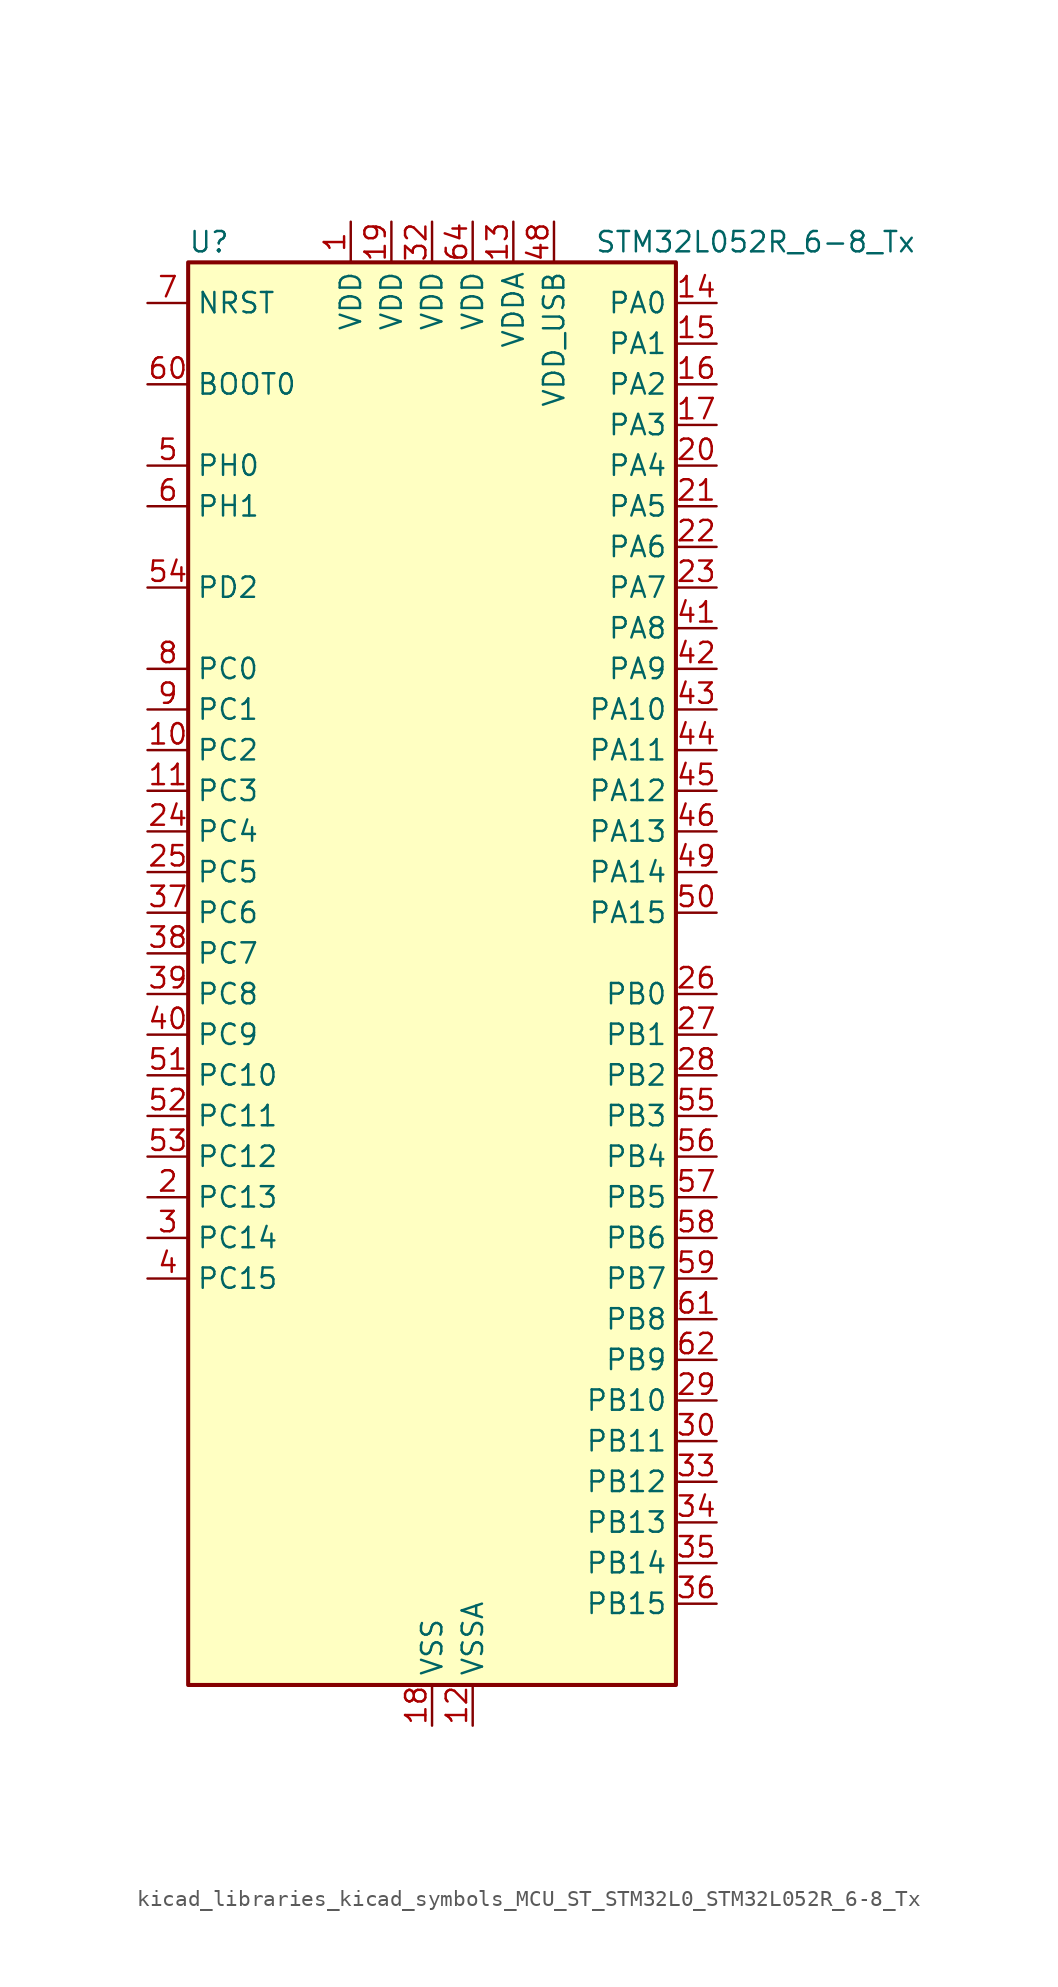
<source format=kicad_sym>
(kicad_symbol_lib
  (version 20220914)
  (generator kicad_symbol_editor)
  (symbol "kicad_libraries_kicad_symbols_MCU_ST_STM32L0_STM32L052R_6-8_Tx"
    (property "Reference" "U"
      (at -15.24 46.99 0)
      (effects (font (size 1.27 1.27)) (justify left)))
    (property "Value" "STM32L052R_6-8_Tx"
      (at 10.16 46.99 0)
      (effects (font (size 1.27 1.27)) (justify left)))
    (property "ki_locked" ""
      (at 0 0 0)
      (effects (font (size 1.27 1.27))))
    (symbol "kicad_libraries_kicad_symbols_MCU_ST_STM32L0_STM32L052R_6-8_Tx_0_1"
      (rectangle (start -15.24 -43.18) (end 15.24 45.72) (stroke (width 0.254) (type default)) (fill (type background))))
    (symbol "kicad_libraries_kicad_symbols_MCU_ST_STM32L0_STM32L052R_6-8_Tx_1_1"
      (pin power_in line (at -5.08 48.26 270) (length 2.54) (name "VDD" (effects (font (size 1.27 1.27)))) (number "1" (effects (font (size 1.27 1.27)))))
      (pin bidirectional line (at -17.78 15.24 0) (length 2.54) (name "PC2" (effects (font (size 1.27 1.27)))) (number "10" (effects (font (size 1.27 1.27)))) (alternate "ADC_IN12" bidirectional line) (alternate "I2S2_MCK" bidirectional line) (alternate "LPTIM1_IN2" bidirectional line) (alternate "SPI2_MISO" bidirectional line) (alternate "TSC_G7_IO3" bidirectional line))
      (pin bidirectional line (at -17.78 12.7 0) (length 2.54) (name "PC3" (effects (font (size 1.27 1.27)))) (number "11" (effects (font (size 1.27 1.27)))) (alternate "ADC_IN13" bidirectional line) (alternate "I2S2_SD" bidirectional line) (alternate "LPTIM1_ETR" bidirectional line) (alternate "SPI2_MOSI" bidirectional line) (alternate "TSC_G7_IO4" bidirectional line))
      (pin power_in line (at 2.54 -45.72 90) (length 2.54) (name "VSSA" (effects (font (size 1.27 1.27)))) (number "12" (effects (font (size 1.27 1.27)))))
      (pin power_in line (at 5.08 48.26 270) (length 2.54) (name "VDDA" (effects (font (size 1.27 1.27)))) (number "13" (effects (font (size 1.27 1.27)))))
      (pin bidirectional line (at 17.78 43.18 180) (length 2.54) (name "PA0" (effects (font (size 1.27 1.27)))) (number "14" (effects (font (size 1.27 1.27)))) (alternate "ADC_IN0" bidirectional line) (alternate "COMP1_INM" bidirectional line) (alternate "COMP1_OUT" bidirectional line) (alternate "RTC_TAMP2" bidirectional line) (alternate "SYS_WKUP1" bidirectional line) (alternate "TIM2_CH1" bidirectional line) (alternate "TIM2_ETR" bidirectional line) (alternate "TSC_G1_IO1" bidirectional line) (alternate "USART2_CTS" bidirectional line))
      (pin bidirectional line (at 17.78 40.64 180) (length 2.54) (name "PA1" (effects (font (size 1.27 1.27)))) (number "15" (effects (font (size 1.27 1.27)))) (alternate "ADC_IN1" bidirectional line) (alternate "COMP1_INP" bidirectional line) (alternate "TIM21_ETR" bidirectional line) (alternate "TIM2_CH2" bidirectional line) (alternate "TSC_G1_IO2" bidirectional line) (alternate "USART2_DE" bidirectional line) (alternate "USART2_RTS" bidirectional line))
      (pin bidirectional line (at 17.78 38.1 180) (length 2.54) (name "PA2" (effects (font (size 1.27 1.27)))) (number "16" (effects (font (size 1.27 1.27)))) (alternate "ADC_IN2" bidirectional line) (alternate "COMP2_INM" bidirectional line) (alternate "COMP2_OUT" bidirectional line) (alternate "TIM21_CH1" bidirectional line) (alternate "TIM2_CH3" bidirectional line) (alternate "TSC_G1_IO3" bidirectional line) (alternate "USART2_TX" bidirectional line))
      (pin bidirectional line (at 17.78 35.56 180) (length 2.54) (name "PA3" (effects (font (size 1.27 1.27)))) (number "17" (effects (font (size 1.27 1.27)))) (alternate "ADC_IN3" bidirectional line) (alternate "COMP2_INP" bidirectional line) (alternate "TIM21_CH2" bidirectional line) (alternate "TIM2_CH4" bidirectional line) (alternate "TSC_G1_IO4" bidirectional line) (alternate "USART2_RX" bidirectional line))
      (pin power_in line (at 0 -45.72 90) (length 2.54) (name "VSS" (effects (font (size 1.27 1.27)))) (number "18" (effects (font (size 1.27 1.27)))))
      (pin power_in line (at -2.54 48.26 270) (length 2.54) (name "VDD" (effects (font (size 1.27 1.27)))) (number "19" (effects (font (size 1.27 1.27)))))
      (pin bidirectional line (at -17.78 -12.7 0) (length 2.54) (name "PC13" (effects (font (size 1.27 1.27)))) (number "2" (effects (font (size 1.27 1.27)))) (alternate "RTC_OUT_ALARM" bidirectional line) (alternate "RTC_OUT_CALIB" bidirectional line) (alternate "RTC_TAMP1" bidirectional line) (alternate "RTC_TS" bidirectional line) (alternate "SYS_WKUP2" bidirectional line))
      (pin bidirectional line (at 17.78 33.02 180) (length 2.54) (name "PA4" (effects (font (size 1.27 1.27)))) (number "20" (effects (font (size 1.27 1.27)))) (alternate "ADC_IN4" bidirectional line) (alternate "COMP1_INM" bidirectional line) (alternate "COMP2_INM" bidirectional line) (alternate "DAC_OUT1" bidirectional line) (alternate "SPI1_NSS" bidirectional line) (alternate "TIM22_ETR" bidirectional line) (alternate "TSC_G2_IO1" bidirectional line) (alternate "USART2_CK" bidirectional line))
      (pin bidirectional line (at 17.78 30.48 180) (length 2.54) (name "PA5" (effects (font (size 1.27 1.27)))) (number "21" (effects (font (size 1.27 1.27)))) (alternate "ADC_IN5" bidirectional line) (alternate "COMP1_INM" bidirectional line) (alternate "COMP2_INM" bidirectional line) (alternate "SPI1_SCK" bidirectional line) (alternate "TIM2_CH1" bidirectional line) (alternate "TIM2_ETR" bidirectional line) (alternate "TSC_G2_IO2" bidirectional line))
      (pin bidirectional line (at 17.78 27.94 180) (length 2.54) (name "PA6" (effects (font (size 1.27 1.27)))) (number "22" (effects (font (size 1.27 1.27)))) (alternate "ADC_IN6" bidirectional line) (alternate "COMP1_OUT" bidirectional line) (alternate "LPUART1_CTS" bidirectional line) (alternate "SPI1_MISO" bidirectional line) (alternate "TIM22_CH1" bidirectional line) (alternate "TSC_G2_IO3" bidirectional line))
      (pin bidirectional line (at 17.78 25.4 180) (length 2.54) (name "PA7" (effects (font (size 1.27 1.27)))) (number "23" (effects (font (size 1.27 1.27)))) (alternate "ADC_IN7" bidirectional line) (alternate "COMP2_OUT" bidirectional line) (alternate "SPI1_MOSI" bidirectional line) (alternate "TIM22_CH2" bidirectional line) (alternate "TSC_G2_IO4" bidirectional line))
      (pin bidirectional line (at -17.78 10.16 0) (length 2.54) (name "PC4" (effects (font (size 1.27 1.27)))) (number "24" (effects (font (size 1.27 1.27)))) (alternate "ADC_IN14" bidirectional line) (alternate "LPUART1_TX" bidirectional line))
      (pin bidirectional line (at -17.78 7.62 0) (length 2.54) (name "PC5" (effects (font (size 1.27 1.27)))) (number "25" (effects (font (size 1.27 1.27)))) (alternate "ADC_IN15" bidirectional line) (alternate "LPUART1_RX" bidirectional line) (alternate "TSC_G3_IO1" bidirectional line))
      (pin bidirectional line (at 17.78 0 180) (length 2.54) (name "PB0" (effects (font (size 1.27 1.27)))) (number "26" (effects (font (size 1.27 1.27)))) (alternate "ADC_IN8" bidirectional line) (alternate "SYS_VREF_OUT_PB0" bidirectional line) (alternate "TSC_G3_IO2" bidirectional line))
      (pin bidirectional line (at 17.78 -2.54 180) (length 2.54) (name "PB1" (effects (font (size 1.27 1.27)))) (number "27" (effects (font (size 1.27 1.27)))) (alternate "ADC_IN9" bidirectional line) (alternate "LPUART1_DE" bidirectional line) (alternate "LPUART1_RTS" bidirectional line) (alternate "SYS_VREF_OUT_PB1" bidirectional line) (alternate "TSC_G3_IO3" bidirectional line))
      (pin bidirectional line (at 17.78 -5.08 180) (length 2.54) (name "PB2" (effects (font (size 1.27 1.27)))) (number "28" (effects (font (size 1.27 1.27)))) (alternate "LPTIM1_OUT" bidirectional line) (alternate "TSC_G3_IO4" bidirectional line))
      (pin bidirectional line (at 17.78 -25.4 180) (length 2.54) (name "PB10" (effects (font (size 1.27 1.27)))) (number "29" (effects (font (size 1.27 1.27)))) (alternate "I2C2_SCL" bidirectional line) (alternate "LPUART1_TX" bidirectional line) (alternate "SPI2_SCK" bidirectional line) (alternate "TIM2_CH3" bidirectional line) (alternate "TSC_SYNC" bidirectional line))
      (pin bidirectional line (at -17.78 -15.24 0) (length 2.54) (name "PC14" (effects (font (size 1.27 1.27)))) (number "3" (effects (font (size 1.27 1.27)))) (alternate "RCC_OSC32_IN" bidirectional line))
      (pin bidirectional line (at 17.78 -27.94 180) (length 2.54) (name "PB11" (effects (font (size 1.27 1.27)))) (number "30" (effects (font (size 1.27 1.27)))) (alternate "ADC_EXTI11" bidirectional line) (alternate "I2C2_SDA" bidirectional line) (alternate "LPUART1_RX" bidirectional line) (alternate "TIM2_CH4" bidirectional line) (alternate "TSC_G6_IO1" bidirectional line))
      (pin passive line (at 0 -45.72 90) (length 2.54) hide (name "VSS" (effects (font (size 1.27 1.27)))) (number "31" (effects (font (size 1.27 1.27)))))
      (pin power_in line (at 0 48.26 270) (length 2.54) (name "VDD" (effects (font (size 1.27 1.27)))) (number "32" (effects (font (size 1.27 1.27)))))
      (pin bidirectional line (at 17.78 -30.48 180) (length 2.54) (name "PB12" (effects (font (size 1.27 1.27)))) (number "33" (effects (font (size 1.27 1.27)))) (alternate "I2S2_WS" bidirectional line) (alternate "LPUART1_DE" bidirectional line) (alternate "LPUART1_RTS" bidirectional line) (alternate "SPI2_NSS" bidirectional line) (alternate "TSC_G6_IO2" bidirectional line))
      (pin bidirectional line (at 17.78 -33.02 180) (length 2.54) (name "PB13" (effects (font (size 1.27 1.27)))) (number "34" (effects (font (size 1.27 1.27)))) (alternate "I2C2_SCL" bidirectional line) (alternate "I2S2_CK" bidirectional line) (alternate "LPUART1_CTS" bidirectional line) (alternate "SPI2_SCK" bidirectional line) (alternate "TIM21_CH1" bidirectional line) (alternate "TSC_G6_IO3" bidirectional line))
      (pin bidirectional line (at 17.78 -35.56 180) (length 2.54) (name "PB14" (effects (font (size 1.27 1.27)))) (number "35" (effects (font (size 1.27 1.27)))) (alternate "I2C2_SDA" bidirectional line) (alternate "I2S2_MCK" bidirectional line) (alternate "LPUART1_DE" bidirectional line) (alternate "LPUART1_RTS" bidirectional line) (alternate "RTC_OUT_ALARM" bidirectional line) (alternate "RTC_OUT_CALIB" bidirectional line) (alternate "SPI2_MISO" bidirectional line) (alternate "TIM21_CH2" bidirectional line) (alternate "TSC_G6_IO4" bidirectional line))
      (pin bidirectional line (at 17.78 -38.1 180) (length 2.54) (name "PB15" (effects (font (size 1.27 1.27)))) (number "36" (effects (font (size 1.27 1.27)))) (alternate "I2S2_SD" bidirectional line) (alternate "RTC_REFIN" bidirectional line) (alternate "SPI2_MOSI" bidirectional line))
      (pin bidirectional line (at -17.78 5.08 0) (length 2.54) (name "PC6" (effects (font (size 1.27 1.27)))) (number "37" (effects (font (size 1.27 1.27)))) (alternate "TIM22_CH1" bidirectional line) (alternate "TSC_G8_IO1" bidirectional line))
      (pin bidirectional line (at -17.78 2.54 0) (length 2.54) (name "PC7" (effects (font (size 1.27 1.27)))) (number "38" (effects (font (size 1.27 1.27)))) (alternate "TIM22_CH2" bidirectional line) (alternate "TSC_G8_IO2" bidirectional line))
      (pin bidirectional line (at -17.78 0 0) (length 2.54) (name "PC8" (effects (font (size 1.27 1.27)))) (number "39" (effects (font (size 1.27 1.27)))) (alternate "TIM22_ETR" bidirectional line) (alternate "TSC_G8_IO3" bidirectional line))
      (pin bidirectional line (at -17.78 -17.78 0) (length 2.54) (name "PC15" (effects (font (size 1.27 1.27)))) (number "4" (effects (font (size 1.27 1.27)))) (alternate "RCC_OSC32_OUT" bidirectional line))
      (pin bidirectional line (at -17.78 -2.54 0) (length 2.54) (name "PC9" (effects (font (size 1.27 1.27)))) (number "40" (effects (font (size 1.27 1.27)))) (alternate "DAC_EXTI9" bidirectional line) (alternate "TIM21_ETR" bidirectional line) (alternate "TSC_G8_IO4" bidirectional line) (alternate "USB_NOE" bidirectional line))
      (pin bidirectional line (at 17.78 22.86 180) (length 2.54) (name "PA8" (effects (font (size 1.27 1.27)))) (number "41" (effects (font (size 1.27 1.27)))) (alternate "CRS_SYNC" bidirectional line) (alternate "RCC_MCO" bidirectional line) (alternate "USART1_CK" bidirectional line))
      (pin bidirectional line (at 17.78 20.32 180) (length 2.54) (name "PA9" (effects (font (size 1.27 1.27)))) (number "42" (effects (font (size 1.27 1.27)))) (alternate "DAC_EXTI9" bidirectional line) (alternate "RCC_MCO" bidirectional line) (alternate "TSC_G4_IO1" bidirectional line) (alternate "USART1_TX" bidirectional line))
      (pin bidirectional line (at 17.78 17.78 180) (length 2.54) (name "PA10" (effects (font (size 1.27 1.27)))) (number "43" (effects (font (size 1.27 1.27)))) (alternate "TSC_G4_IO2" bidirectional line) (alternate "USART1_RX" bidirectional line))
      (pin bidirectional line (at 17.78 15.24 180) (length 2.54) (name "PA11" (effects (font (size 1.27 1.27)))) (number "44" (effects (font (size 1.27 1.27)))) (alternate "ADC_EXTI11" bidirectional line) (alternate "COMP1_OUT" bidirectional line) (alternate "SPI1_MISO" bidirectional line) (alternate "TSC_G4_IO3" bidirectional line) (alternate "USART1_CTS" bidirectional line) (alternate "USB_DM" bidirectional line))
      (pin bidirectional line (at 17.78 12.7 180) (length 2.54) (name "PA12" (effects (font (size 1.27 1.27)))) (number "45" (effects (font (size 1.27 1.27)))) (alternate "COMP2_OUT" bidirectional line) (alternate "SPI1_MOSI" bidirectional line) (alternate "TSC_G4_IO4" bidirectional line) (alternate "USART1_DE" bidirectional line) (alternate "USART1_RTS" bidirectional line) (alternate "USB_DP" bidirectional line))
      (pin bidirectional line (at 17.78 10.16 180) (length 2.54) (name "PA13" (effects (font (size 1.27 1.27)))) (number "46" (effects (font (size 1.27 1.27)))) (alternate "SYS_SWDIO" bidirectional line) (alternate "USB_NOE" bidirectional line))
      (pin passive line (at 0 -45.72 90) (length 2.54) hide (name "VSS" (effects (font (size 1.27 1.27)))) (number "47" (effects (font (size 1.27 1.27)))))
      (pin power_in line (at 7.62 48.26 270) (length 2.54) (name "VDD_USB" (effects (font (size 1.27 1.27)))) (number "48" (effects (font (size 1.27 1.27)))))
      (pin bidirectional line (at 17.78 7.62 180) (length 2.54) (name "PA14" (effects (font (size 1.27 1.27)))) (number "49" (effects (font (size 1.27 1.27)))) (alternate "SYS_SWCLK" bidirectional line) (alternate "USART2_TX" bidirectional line))
      (pin bidirectional line (at -17.78 33.02 0) (length 2.54) (name "PH0" (effects (font (size 1.27 1.27)))) (number "5" (effects (font (size 1.27 1.27)))) (alternate "CRS_SYNC" bidirectional line) (alternate "RCC_OSC_IN" bidirectional line))
      (pin bidirectional line (at 17.78 5.08 180) (length 2.54) (name "PA15" (effects (font (size 1.27 1.27)))) (number "50" (effects (font (size 1.27 1.27)))) (alternate "SPI1_NSS" bidirectional line) (alternate "TIM2_CH1" bidirectional line) (alternate "TIM2_ETR" bidirectional line) (alternate "USART2_RX" bidirectional line))
      (pin bidirectional line (at -17.78 -5.08 0) (length 2.54) (name "PC10" (effects (font (size 1.27 1.27)))) (number "51" (effects (font (size 1.27 1.27)))) (alternate "LPUART1_TX" bidirectional line))
      (pin bidirectional line (at -17.78 -7.62 0) (length 2.54) (name "PC11" (effects (font (size 1.27 1.27)))) (number "52" (effects (font (size 1.27 1.27)))) (alternate "ADC_EXTI11" bidirectional line) (alternate "LPUART1_RX" bidirectional line))
      (pin bidirectional line (at -17.78 -10.16 0) (length 2.54) (name "PC12" (effects (font (size 1.27 1.27)))) (number "53" (effects (font (size 1.27 1.27)))))
      (pin bidirectional line (at -17.78 25.4 0) (length 2.54) (name "PD2" (effects (font (size 1.27 1.27)))) (number "54" (effects (font (size 1.27 1.27)))) (alternate "LPUART1_DE" bidirectional line) (alternate "LPUART1_RTS" bidirectional line))
      (pin bidirectional line (at 17.78 -7.62 180) (length 2.54) (name "PB3" (effects (font (size 1.27 1.27)))) (number "55" (effects (font (size 1.27 1.27)))) (alternate "COMP2_INM" bidirectional line) (alternate "SPI1_SCK" bidirectional line) (alternate "TIM2_CH2" bidirectional line) (alternate "TSC_G5_IO1" bidirectional line))
      (pin bidirectional line (at 17.78 -10.16 180) (length 2.54) (name "PB4" (effects (font (size 1.27 1.27)))) (number "56" (effects (font (size 1.27 1.27)))) (alternate "COMP2_INP" bidirectional line) (alternate "SPI1_MISO" bidirectional line) (alternate "TIM22_CH1" bidirectional line) (alternate "TSC_G5_IO2" bidirectional line))
      (pin bidirectional line (at 17.78 -12.7 180) (length 2.54) (name "PB5" (effects (font (size 1.27 1.27)))) (number "57" (effects (font (size 1.27 1.27)))) (alternate "COMP2_INP" bidirectional line) (alternate "I2C1_SMBA" bidirectional line) (alternate "LPTIM1_IN1" bidirectional line) (alternate "SPI1_MOSI" bidirectional line) (alternate "TIM22_CH2" bidirectional line))
      (pin bidirectional line (at 17.78 -15.24 180) (length 2.54) (name "PB6" (effects (font (size 1.27 1.27)))) (number "58" (effects (font (size 1.27 1.27)))) (alternate "COMP2_INP" bidirectional line) (alternate "I2C1_SCL" bidirectional line) (alternate "LPTIM1_ETR" bidirectional line) (alternate "TSC_G5_IO3" bidirectional line) (alternate "USART1_TX" bidirectional line))
      (pin bidirectional line (at 17.78 -17.78 180) (length 2.54) (name "PB7" (effects (font (size 1.27 1.27)))) (number "59" (effects (font (size 1.27 1.27)))) (alternate "COMP2_INP" bidirectional line) (alternate "I2C1_SDA" bidirectional line) (alternate "LPTIM1_IN2" bidirectional line) (alternate "SYS_PVD_IN" bidirectional line) (alternate "TSC_G5_IO4" bidirectional line) (alternate "USART1_RX" bidirectional line))
      (pin bidirectional line (at -17.78 30.48 0) (length 2.54) (name "PH1" (effects (font (size 1.27 1.27)))) (number "6" (effects (font (size 1.27 1.27)))) (alternate "RCC_OSC_OUT" bidirectional line))
      (pin input line (at -17.78 38.1 0) (length 2.54) (name "BOOT0" (effects (font (size 1.27 1.27)))) (number "60" (effects (font (size 1.27 1.27)))))
      (pin bidirectional line (at 17.78 -20.32 180) (length 2.54) (name "PB8" (effects (font (size 1.27 1.27)))) (number "61" (effects (font (size 1.27 1.27)))) (alternate "I2C1_SCL" bidirectional line) (alternate "TSC_SYNC" bidirectional line))
      (pin bidirectional line (at 17.78 -22.86 180) (length 2.54) (name "PB9" (effects (font (size 1.27 1.27)))) (number "62" (effects (font (size 1.27 1.27)))) (alternate "DAC_EXTI9" bidirectional line) (alternate "I2C1_SDA" bidirectional line) (alternate "I2S2_WS" bidirectional line) (alternate "SPI2_NSS" bidirectional line))
      (pin passive line (at 0 -45.72 90) (length 2.54) hide (name "VSS" (effects (font (size 1.27 1.27)))) (number "63" (effects (font (size 1.27 1.27)))))
      (pin power_in line (at 2.54 48.26 270) (length 2.54) (name "VDD" (effects (font (size 1.27 1.27)))) (number "64" (effects (font (size 1.27 1.27)))))
      (pin input line (at -17.78 43.18 0) (length 2.54) (name "NRST" (effects (font (size 1.27 1.27)))) (number "7" (effects (font (size 1.27 1.27)))))
      (pin bidirectional line (at -17.78 20.32 0) (length 2.54) (name "PC0" (effects (font (size 1.27 1.27)))) (number "8" (effects (font (size 1.27 1.27)))) (alternate "ADC_IN10" bidirectional line) (alternate "LPTIM1_IN1" bidirectional line) (alternate "TSC_G7_IO1" bidirectional line))
      (pin bidirectional line (at -17.78 17.78 0) (length 2.54) (name "PC1" (effects (font (size 1.27 1.27)))) (number "9" (effects (font (size 1.27 1.27)))) (alternate "ADC_IN11" bidirectional line) (alternate "LPTIM1_OUT" bidirectional line) (alternate "TSC_G7_IO2" bidirectional line)))))
</source>
